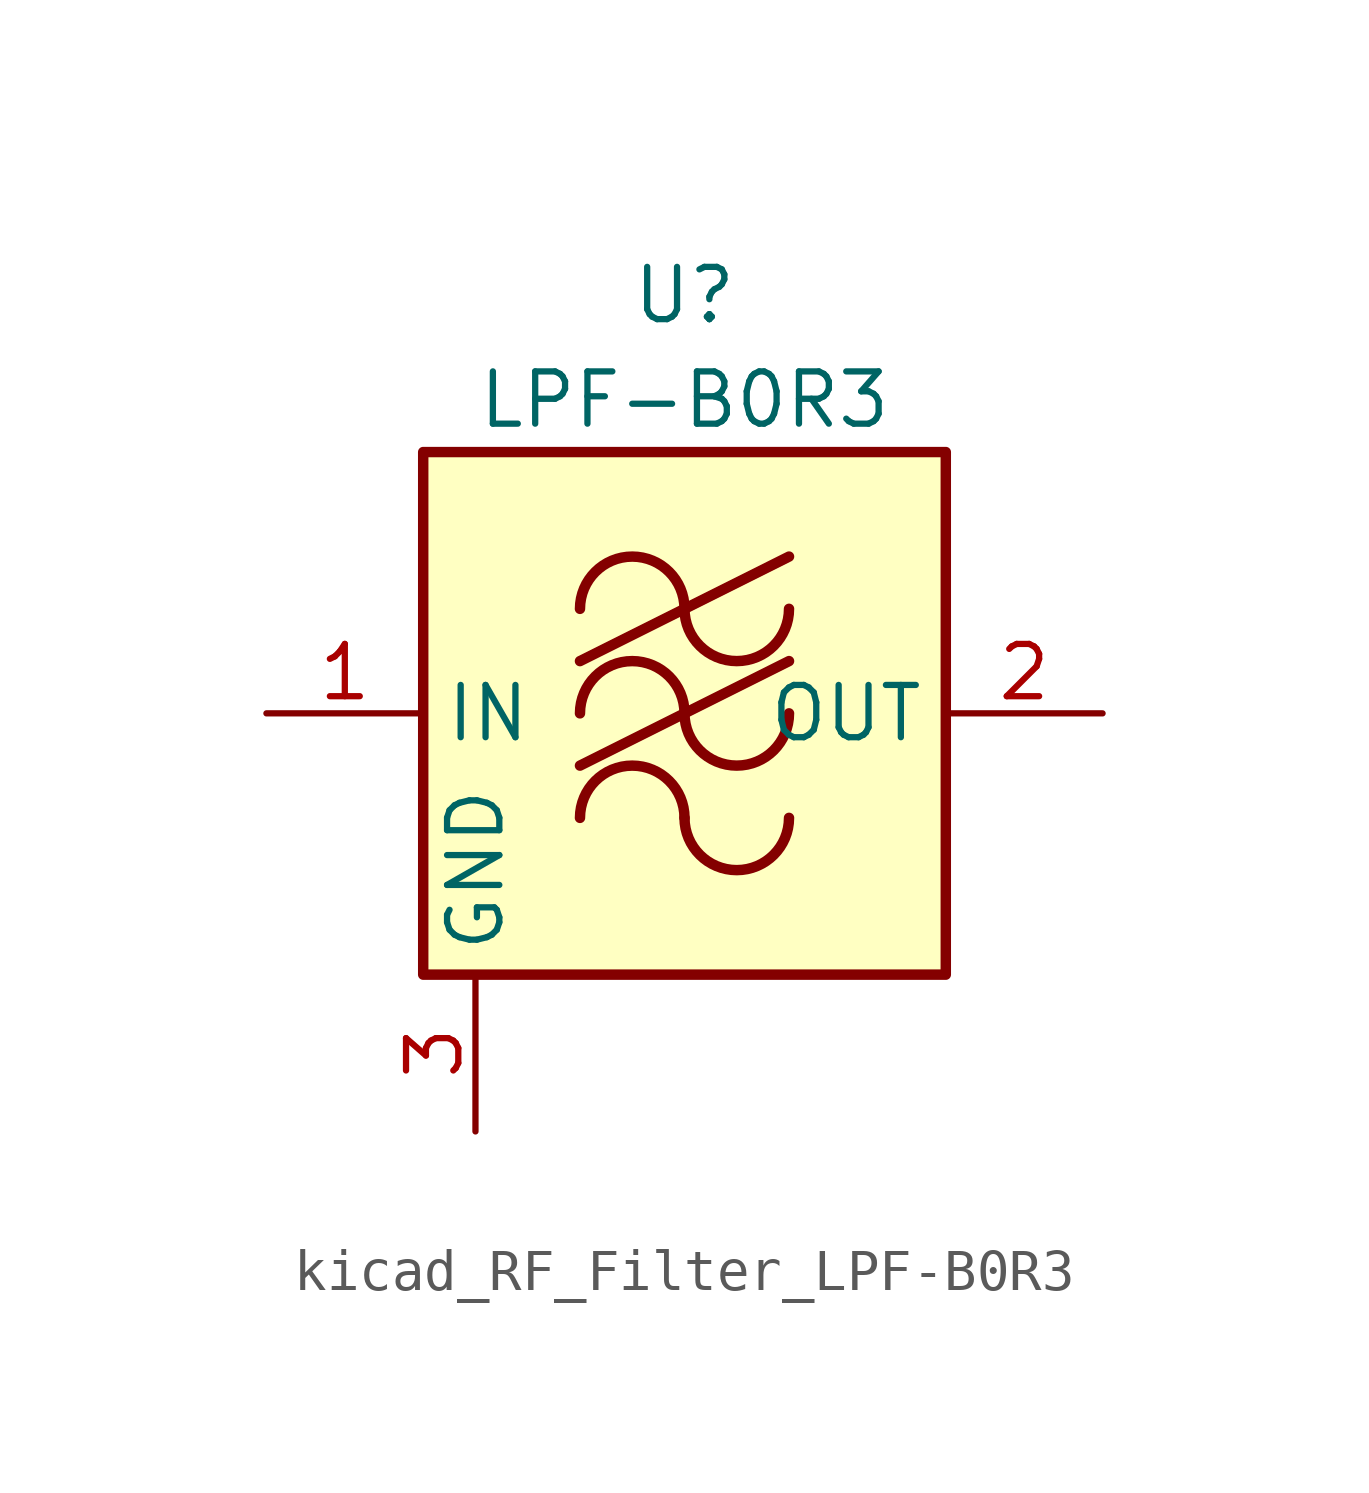
<source format=kicad_sym>
(kicad_symbol_lib
  (version 20220914)
  (generator kicad_symbol_editor)
  (symbol "kicad_RF_Filter_LPF-B0R3"
    (property "Reference" "U"
      (at 0 10.16 0)
      (effects (font (size 1.27 1.27))))
    (property "Value" "LPF-B0R3"
      (at 0 7.62 0)
      (effects (font (size 1.27 1.27))))
    (symbol "kicad_RF_Filter_LPF-B0R3_0_1"
      (rectangle (start -6.35 6.35) (end 6.35 -6.35) (stroke (width 0.254) (type default)) (fill (type background)))
      (arc (start 0 -2.54) (mid -1.27 -1.2755) (end -2.54 -2.54) (stroke (width 0.254) (type default)) (fill (type none)))
      (arc (start 0 -2.54) (mid 1.27 -3.8045) (end 2.54 -2.54) (stroke (width 0.254) (type default)) (fill (type none)))
      (arc (start 0 0) (mid -1.27 1.2645) (end -2.54 0) (stroke (width 0.254) (type default)) (fill (type none)))
      (polyline (pts (xy -2.54 -1.27) (xy 2.54 1.27)) (stroke (width 0.254) (type default)) (fill (type none)))
      (polyline (pts (xy -2.54 1.27) (xy 2.54 3.81)) (stroke (width 0.254) (type default)) (fill (type none)))
      (arc (start 0 0) (mid 1.27 -1.2645) (end 2.54 0) (stroke (width 0.254) (type default)) (fill (type none)))
      (arc (start 0 2.54) (mid -1.27 3.8045) (end -2.54 2.54) (stroke (width 0.254) (type default)) (fill (type none)))
      (arc (start 0 2.54) (mid 1.27 1.2755) (end 2.54 2.54) (stroke (width 0.254) (type default)) (fill (type none))))
    (symbol "kicad_RF_Filter_LPF-B0R3_1_1"
      (pin input line (at -10.16 0 0) (length 3.81) (name "IN" (effects (font (size 1.27 1.27)))) (number "1" (effects (font (size 1.27 1.27)))))
      (pin output line (at 10.16 0 180) (length 3.81) (name "OUT" (effects (font (size 1.27 1.27)))) (number "2" (effects (font (size 1.27 1.27)))))
      (pin power_in line (at -5.08 -10.16 90) (length 3.81) (name "GND" (effects (font (size 1.27 1.27)))) (number "3" (effects (font (size 1.27 1.27)))))
      (pin passive line (at -5.08 -10.16 90) (length 3.81) hide (name "GND" (effects (font (size 1.27 1.27)))) (number "4" (effects (font (size 1.27 1.27)))))
      (pin passive line (at -5.08 -10.16 90) (length 3.81) hide (name "GND" (effects (font (size 1.27 1.27)))) (number "5" (effects (font (size 1.27 1.27)))))
      (pin passive line (at -5.08 -10.16 90) (length 3.81) hide (name "GND" (effects (font (size 1.27 1.27)))) (number "6" (effects (font (size 1.27 1.27))))))))
</source>
